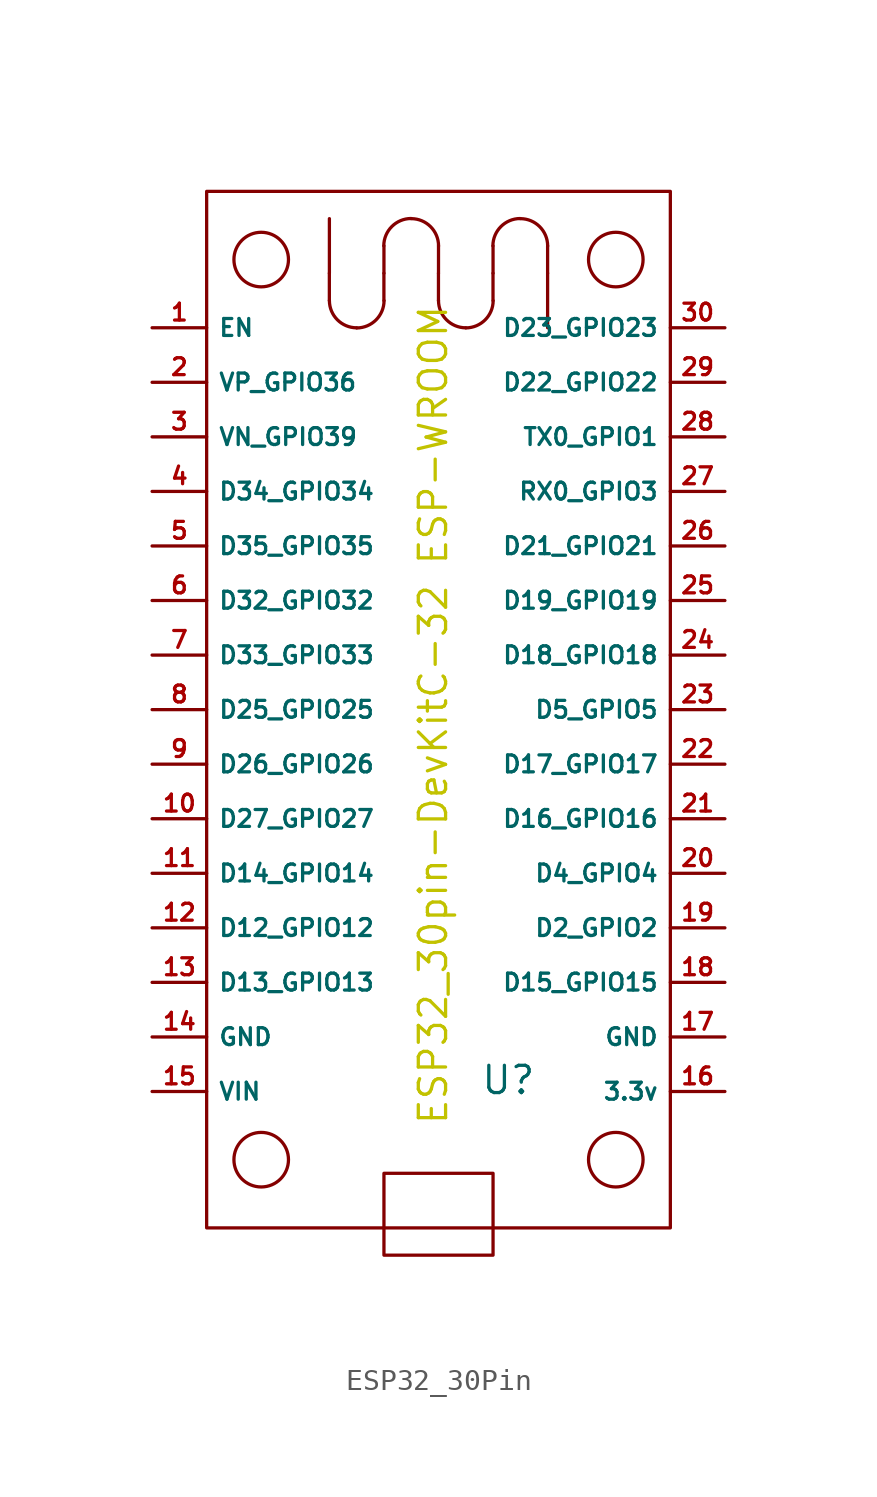
<source format=kicad_sym>
(kicad_symbol_lib
  (version 20241209)
  (generator "kicad_symbol_editor")
  (generator_version "9.0")
  (symbol "ESP32_30Pin"
    (property "Reference" "U"
      (at 4 -16.5 0)
      (effects (font (size 1.27 1.27))))
    (property "Value" ""
      (at 0 0 0)
      (effects (font (size 1.27 1.27))))
    (property "Footprint" "ESP32_30pin-DevKitC-32 ESP-WROOM"
      (at 0.5 0.5 90)
      (effects (font (size 1.27 1.27) (color 194 194 0 1))))
    (symbol "ESP32_30Pin_0_1"
      (circle (center -7.505 21.705) (radius 1.27) (stroke (width 0) (type default)) (fill (type none)))
      (circle (center -7.505 -20.205) (radius 1.27) (stroke (width 0) (type default)) (fill (type none)))
      (polyline (pts (xy -4.332 19.797) (xy -4.332 21.067)) (stroke (width 0) (type default)) (fill (type none)))
      (polyline (pts (xy -4.33 21.07) (xy -4.33 23.61)) (stroke (width 0) (type default)) (fill (type none)))
      (arc (start -1.785 19.79) (mid -2.1592 18.8942) (end -3.055 18.52) (stroke (width 0) (type default)) (fill (type none)))
      (arc (start -3.0625 18.5275) (mid -3.9598 18.9002) (end -4.3325 19.7975) (stroke (width 0) (type default)) (fill (type none)))
      (polyline (pts (xy -1.792 19.797) (xy -1.792 21.067)) (stroke (width 0) (type default)) (fill (type none)))
      (polyline (pts (xy -1.79 22.34) (xy -1.79 21.07)) (stroke (width 0) (type default)) (fill (type none)))
      (arc (start -0.52 23.61) (mid 0.3773 23.2373) (end 0.75 22.34) (stroke (width 0) (type default)) (fill (type none)))
      (arc (start -1.7975 22.3475) (mid -1.4233 23.2433) (end -0.5275 23.6175) (stroke (width 0) (type default)) (fill (type none)))
      (polyline (pts (xy 0.748 19.797) (xy 0.748 21.067)) (stroke (width 0) (type default)) (fill (type none)))
      (polyline (pts (xy 0.75 22.34) (xy 0.75 21.07)) (stroke (width 0) (type default)) (fill (type none)))
      (arc (start 3.295 19.79) (mid 2.9208 18.8942) (end 2.025 18.52) (stroke (width 0) (type default)) (fill (type none)))
      (arc (start 2.0175 18.5275) (mid 1.1202 18.9002) (end 0.7475 19.7975) (stroke (width 0) (type default)) (fill (type none)))
      (polyline (pts (xy 3.288 19.797) (xy 3.288 21.067)) (stroke (width 0) (type default)) (fill (type none)))
      (polyline (pts (xy 3.29 22.34) (xy 3.29 21.07)) (stroke (width 0) (type default)) (fill (type none)))
      (rectangle (start 3.29 -20.84) (end -1.79 -24.65) (stroke (width 0) (type default)) (fill (type none)))
      (arc (start 4.56 23.61) (mid 5.4573 23.2373) (end 5.83 22.34) (stroke (width 0) (type default)) (fill (type none)))
      (arc (start 3.2825 22.3475) (mid 3.6567 23.2433) (end 4.5525 23.6175) (stroke (width 0) (type default)) (fill (type none)))
      (polyline (pts (xy 5.83 22.34) (xy 5.83 21.07)) (stroke (width 0) (type default)) (fill (type none)))
      (polyline (pts (xy 5.83 21.07) (xy 5.83 18.53)) (stroke (width 0) (type default)) (fill (type none)))
      (circle (center 9.005 21.705) (radius 1.27) (stroke (width 0) (type default)) (fill (type none)))
      (circle (center 9.005 -20.205) (radius 1.27) (stroke (width 0) (type default)) (fill (type none)))
      (rectangle (start 11.545 24.88) (end -10.045 -23.38) (stroke (width 0) (type default)) (fill (type none))))
    (symbol "ESP32_30Pin_1_1"
      (pin bidirectional line (at -12.585 18.53 0) (length 2.54) (name "EN" (effects (font (size 0.787 0.787)))) (number "1" (effects (font (size 0.787 0.787)))))
      (pin bidirectional line (at -12.585 15.99 0) (length 2.54) (name "VP_GPIO36" (effects (font (size 0.787 0.787)))) (number "2" (effects (font (size 0.787 0.787)))))
      (pin bidirectional line (at -12.585 13.45 0) (length 2.54) (name "VN_GPIO39" (effects (font (size 0.787 0.787)))) (number "3" (effects (font (size 0.787 0.787)))))
      (pin bidirectional line (at -12.585 10.91 0) (length 2.54) (name "D34_GPIO34" (effects (font (size 0.787 0.787)))) (number "4" (effects (font (size 0.787 0.787)))))
      (pin bidirectional line (at -12.585 8.37 0) (length 2.54) (name "D35_GPIO35" (effects (font (size 0.787 0.787)))) (number "5" (effects (font (size 0.787 0.787)))))
      (pin bidirectional line (at -12.585 5.83 0) (length 2.54) (name "D32_GPIO32" (effects (font (size 0.787 0.787)))) (number "6" (effects (font (size 0.787 0.787)))))
      (pin bidirectional line (at -12.585 3.29 0) (length 2.54) (name "D33_GPIO33" (effects (font (size 0.787 0.787)))) (number "7" (effects (font (size 0.787 0.787)))))
      (pin bidirectional line (at -12.585 0.75 0) (length 2.54) (name "D25_GPIO25" (effects (font (size 0.787 0.787)))) (number "8" (effects (font (size 0.787 0.787)))))
      (pin bidirectional line (at -12.585 -1.79 0) (length 2.54) (name "D26_GPIO26" (effects (font (size 0.787 0.787)))) (number "9" (effects (font (size 0.787 0.787)))))
      (pin bidirectional line (at -12.585 -4.33 0) (length 2.54) (name "D27_GPIO27" (effects (font (size 0.787 0.787)))) (number "10" (effects (font (size 0.787 0.787)))))
      (pin bidirectional line (at -12.585 -6.87 0) (length 2.54) (name "D14_GPIO14" (effects (font (size 0.787 0.787)))) (number "11" (effects (font (size 0.787 0.787)))))
      (pin bidirectional line (at -12.585 -9.41 0) (length 2.54) (name "D12_GPIO12" (effects (font (size 0.787 0.787)))) (number "12" (effects (font (size 0.787 0.787)))))
      (pin bidirectional line (at -12.585 -11.95 0) (length 2.54) (name "D13_GPIO13" (effects (font (size 0.787 0.787)))) (number "13" (effects (font (size 0.787 0.787)))))
      (pin power_in line (at -12.585 -14.49 0) (length 2.54) (name "GND" (effects (font (size 0.787 0.787)))) (number "14" (effects (font (size 0.787 0.787)))))
      (pin power_in line (at -12.585 -17.03 0) (length 2.54) (name "VIN" (effects (font (size 0.787 0.787)))) (number "15" (effects (font (size 0.787 0.787)))))
      (pin bidirectional line (at 14.085 18.53 180) (length 2.54) (name "D23_GPIO23" (effects (font (size 0.787 0.787)))) (number "30" (effects (font (size 0.787 0.787)))))
      (pin bidirectional line (at 14.085 15.99 180) (length 2.54) (name "D22_GPIO22" (effects (font (size 0.787 0.787)))) (number "29" (effects (font (size 0.787 0.787)))))
      (pin bidirectional line (at 14.085 13.45 180) (length 2.54) (name "TX0_GPIO1" (effects (font (size 0.787 0.787)))) (number "28" (effects (font (size 0.787 0.787)))))
      (pin bidirectional line (at 14.085 10.91 180) (length 2.54) (name "RX0_GPIO3" (effects (font (size 0.787 0.787)))) (number "27" (effects (font (size 0.787 0.787)))))
      (pin bidirectional line (at 14.085 8.37 180) (length 2.54) (name "D21_GPIO21" (effects (font (size 0.787 0.787)))) (number "26" (effects (font (size 0.787 0.787)))))
      (pin bidirectional line (at 14.085 5.83 180) (length 2.54) (name "D19_GPIO19" (effects (font (size 0.787 0.787)))) (number "25" (effects (font (size 0.787 0.787)))))
      (pin bidirectional line (at 14.085 3.29 180) (length 2.54) (name "D18_GPIO18" (effects (font (size 0.787 0.787)))) (number "24" (effects (font (size 0.787 0.787)))))
      (pin bidirectional line (at 14.085 0.75 180) (length 2.54) (name "D5_GPIO5" (effects (font (size 0.787 0.787)))) (number "23" (effects (font (size 0.787 0.787)))))
      (pin bidirectional line (at 14.085 -1.79 180) (length 2.54) (name "D17_GPIO17" (effects (font (size 0.787 0.787)))) (number "22" (effects (font (size 0.787 0.787)))))
      (pin bidirectional line (at 14.085 -4.33 180) (length 2.54) (name "D16_GPIO16" (effects (font (size 0.787 0.787)))) (number "21" (effects (font (size 0.787 0.787)))))
      (pin bidirectional line (at 14.085 -6.87 180) (length 2.54) (name "D4_GPIO4" (effects (font (size 0.787 0.787)))) (number "20" (effects (font (size 0.787 0.787)))))
      (pin bidirectional line (at 14.085 -9.41 180) (length 2.54) (name "D2_GPIO2" (effects (font (size 0.787 0.787)))) (number "19" (effects (font (size 0.787 0.787)))))
      (pin bidirectional line (at 14.085 -11.95 180) (length 2.54) (name "D15_GPIO15" (effects (font (size 0.787 0.787)))) (number "18" (effects (font (size 0.787 0.787)))))
      (pin power_in line (at 14.085 -14.49 180) (length 2.54) (name "GND" (effects (font (size 0.787 0.787)))) (number "17" (effects (font (size 0.787 0.787)))))
      (pin power_in line (at 14.085 -17.03 180) (length 2.54) (name "3.3v" (effects (font (size 0.787 0.787)))) (number "16" (effects (font (size 0.787 0.787))))))))
</source>
